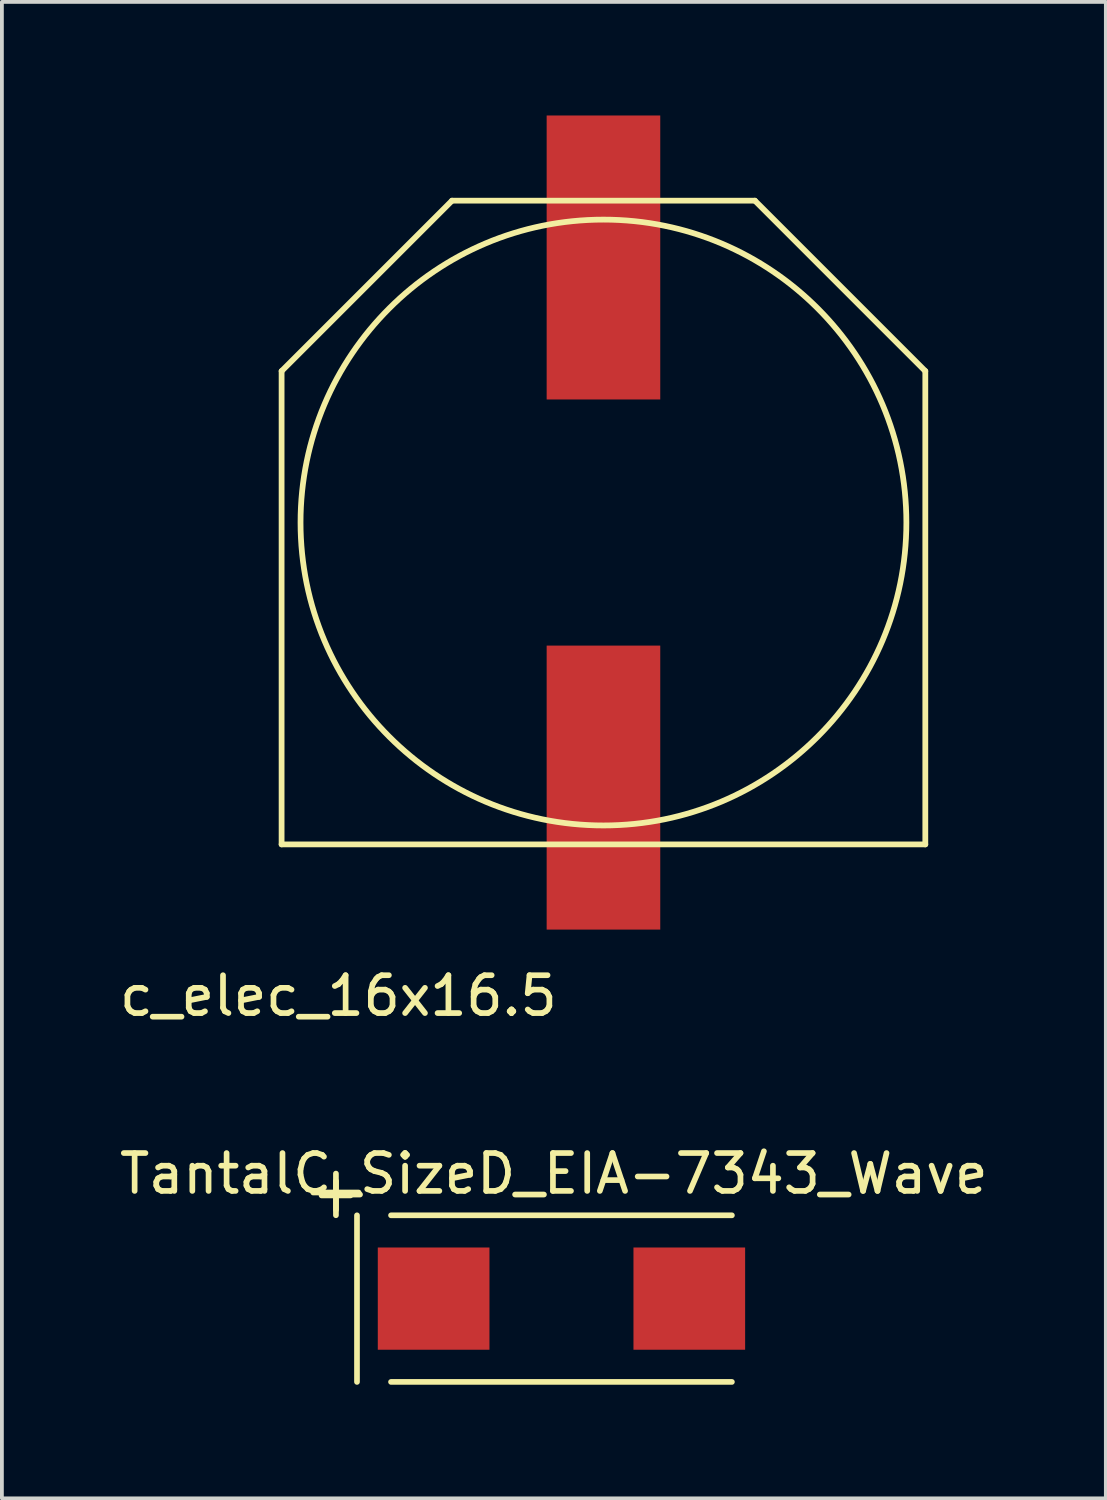
<source format=kicad_pcb>
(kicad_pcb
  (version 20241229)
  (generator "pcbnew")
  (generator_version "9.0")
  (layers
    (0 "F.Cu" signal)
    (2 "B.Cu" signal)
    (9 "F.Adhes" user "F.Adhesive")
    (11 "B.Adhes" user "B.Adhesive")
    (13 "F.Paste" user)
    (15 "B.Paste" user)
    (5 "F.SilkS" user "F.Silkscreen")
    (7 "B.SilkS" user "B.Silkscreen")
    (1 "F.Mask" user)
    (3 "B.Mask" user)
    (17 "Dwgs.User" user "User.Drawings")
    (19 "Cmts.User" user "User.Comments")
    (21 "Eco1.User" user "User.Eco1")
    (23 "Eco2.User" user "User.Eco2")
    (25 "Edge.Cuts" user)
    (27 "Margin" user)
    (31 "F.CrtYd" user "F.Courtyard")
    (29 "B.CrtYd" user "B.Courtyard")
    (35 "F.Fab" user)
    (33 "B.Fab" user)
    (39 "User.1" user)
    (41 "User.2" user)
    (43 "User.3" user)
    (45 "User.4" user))
  (footprint "TantalC_SizeD_EIA-7343_Wave"
    (layer "F.Cu")
    (at 11.778 31.246)
    (property "Reference" "TantalC_SizeD_EIA-7343_Wave" (at -0.201 -3.299 0) (layer "F.SilkS") (effects (font (size 1 1) (thickness 0.15))))
    (attr smd)
    (fp_line (start -6.556 -2.802) (end -5.357 -2.802) (stroke (width 0.15) (type solid)) (layer "F.SilkS"))
    (fp_line (start -5.956 -3.302) (end -5.956 -2.202) (stroke (width 0.15) (type solid)) (layer "F.SilkS"))
    (fp_line (start -5.4 -2.2) (end -5.4 2.2) (stroke (width 0.15) (type solid)) (layer "F.SilkS"))
    (fp_line (start -4.501 2.2) (end 4.501 2.2) (stroke (width 0.15) (type solid)) (layer "F.SilkS"))
    (fp_line (start 4.501 -2.2) (end -4.501 -2.2) (stroke (width 0.15) (type solid)) (layer "F.SilkS"))
    (fp_text user "+" (at -5.954 -2.799 0) (layer "F.SilkS") (effects (font (size 1 1) (thickness 0.15))))
    (pad "1" smd rect (at -3.376 0) (size 2.949 2.7) (layers "F.Cu" "F.Mask" "F.Paste"))
    (pad "2" smd rect (at 3.376 0) (size 2.949 2.7) (layers "F.Cu" "F.Mask" "F.Paste")))
  (footprint "c_elec_16x16.5"
    (layer "F.Cu")
    (at 12.887 10.75)
    (property "Reference" "c_elec_16x16.5" (at -7 12.5 0) (layer "F.SilkS") (effects (font (size 1 1) (thickness 0.15))))
    (attr through_hole)
    (fp_line (start -8.5 -4) (end -8.5 8.5) (stroke (width 0.152) (type solid)) (layer "F.SilkS"))
    (fp_line (start -8.5 -4) (end -4 -8.5) (stroke (width 0.152) (type solid)) (layer "F.SilkS"))
    (fp_line (start -4 -8.5) (end 4 -8.5) (stroke (width 0.152) (type solid)) (layer "F.SilkS"))
    (fp_line (start 4 -8.5) (end 8.5 -4) (stroke (width 0.152) (type solid)) (layer "F.SilkS"))
    (fp_line (start 8.5 -4) (end 8.5 8.5) (stroke (width 0.152) (type solid)) (layer "F.SilkS"))
    (fp_line (start 8.5 8.5) (end -8.5 8.5) (stroke (width 0.152) (type solid)) (layer "F.SilkS"))
    (fp_circle (center 0 0) (end 8 0) (stroke (width 0.152) (type solid)) (fill no) (layer "F.SilkS"))
    (pad "1" smd rect (at 0 -7) (size 3 7.5) (layers "F.Cu" "F.Mask" "F.Paste"))
    (pad "2" smd rect (at 0 7) (size 3 7.5) (layers "F.Cu" "F.Mask" "F.Paste")))
  (gr_rect
    (start -3 -3)
    (end 26.155 36.521)
    (stroke (width 0.1) (type default))
    (fill no)
    (layer "Edge.Cuts")))
</source>
